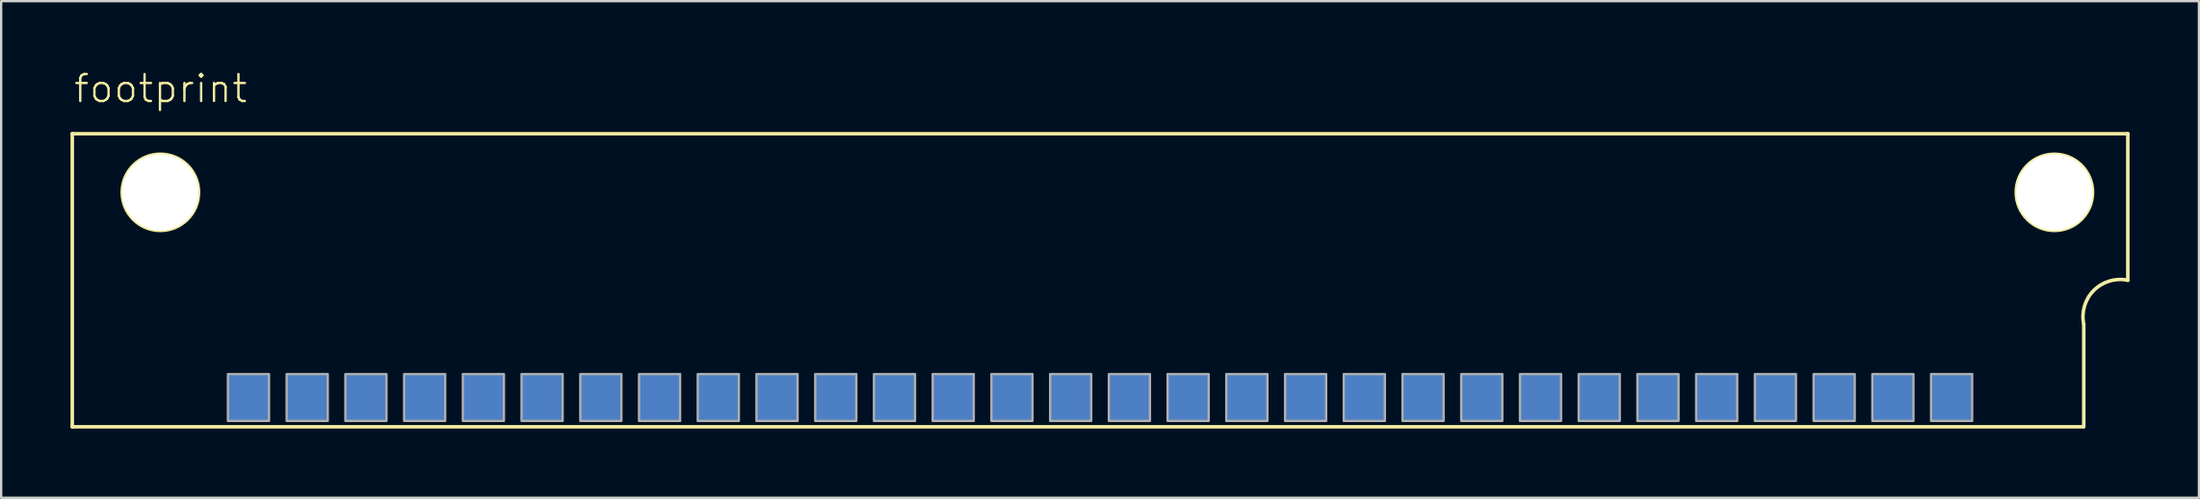
<source format=kicad_pcb>
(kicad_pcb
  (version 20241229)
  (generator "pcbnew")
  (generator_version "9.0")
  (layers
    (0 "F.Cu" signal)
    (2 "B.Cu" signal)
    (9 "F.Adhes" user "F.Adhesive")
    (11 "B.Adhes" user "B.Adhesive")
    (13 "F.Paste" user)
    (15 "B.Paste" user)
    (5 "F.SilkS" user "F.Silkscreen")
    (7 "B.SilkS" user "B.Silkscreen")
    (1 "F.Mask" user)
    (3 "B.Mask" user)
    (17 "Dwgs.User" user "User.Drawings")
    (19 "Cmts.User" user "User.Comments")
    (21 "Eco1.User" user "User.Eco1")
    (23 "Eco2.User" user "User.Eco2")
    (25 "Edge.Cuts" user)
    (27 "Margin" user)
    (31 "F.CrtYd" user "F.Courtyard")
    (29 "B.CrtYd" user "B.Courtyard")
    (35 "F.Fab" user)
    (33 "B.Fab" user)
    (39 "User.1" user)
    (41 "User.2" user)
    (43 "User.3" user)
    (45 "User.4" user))
  (footprint "footprint"
    (layer "F.Cu")
    (at 44.526 7.823)
    (property "Reference" "footprint" (at -44.45 -6.35 0) (layer "F.SilkS") (effects (font (size 1.168 1.168) (thickness 0.102)) (justify left bottom)))
    (fp_line (start -44.45 -5.08) (end -44.45 7.62) (stroke (width 0.152) (type solid)) (layer "F.SilkS"))
    (fp_line (start -44.45 -5.08) (end 44.45 -5.08) (stroke (width 0.152) (type solid)) (layer "F.SilkS"))
    (fp_line (start -44.45 7.62) (end 42.52 7.62) (stroke (width 0.152) (type solid)) (layer "F.SilkS"))
    (fp_line (start 42.545 7.62) (end 42.545 3.175) (stroke (width 0.152) (type solid)) (layer "F.SilkS"))
    (fp_line (start 44.45 -5.08) (end 44.45 1.27) (stroke (width 0.152) (type solid)) (layer "F.SilkS"))
    (fp_arc (start 42.545 3.175) (mid 42.982033 1.707033) (end 44.45 1.27) (stroke (width 0.1524) (type solid)) (layer "F.SilkS"))
    (fp_circle (center -40.64 -2.54) (end -38.989 -2.54) (stroke (width 0.152) (type solid)) (fill no) (layer "F.SilkS"))
    (fp_circle (center 41.275 -2.54) (end 42.926 -2.54) (stroke (width 0.152) (type solid)) (fill no) (layer "F.SilkS"))
    (fp_poly (pts (xy -37.719 7.366) (xy -35.941 7.366) (xy -35.941 5.334) (xy -37.719 5.334)) (stroke (width 0.1) (type solid)) (fill no) (layer "F.Fab"))
    (fp_poly (pts (xy -35.179 7.366) (xy -33.401 7.366) (xy -33.401 5.334) (xy -35.179 5.334)) (stroke (width 0.1) (type solid)) (fill no) (layer "F.Fab"))
    (fp_poly (pts (xy -32.639 7.366) (xy -30.861 7.366) (xy -30.861 5.334) (xy -32.639 5.334)) (stroke (width 0.1) (type solid)) (fill no) (layer "F.Fab"))
    (fp_poly (pts (xy -30.099 7.366) (xy -28.321 7.366) (xy -28.321 5.334) (xy -30.099 5.334)) (stroke (width 0.1) (type solid)) (fill no) (layer "F.Fab"))
    (fp_poly (pts (xy -27.559 7.366) (xy -25.781 7.366) (xy -25.781 5.334) (xy -27.559 5.334)) (stroke (width 0.1) (type solid)) (fill no) (layer "F.Fab"))
    (fp_poly (pts (xy -25.019 7.366) (xy -23.241 7.366) (xy -23.241 5.334) (xy -25.019 5.334)) (stroke (width 0.1) (type solid)) (fill no) (layer "F.Fab"))
    (fp_poly (pts (xy -22.479 7.366) (xy -20.701 7.366) (xy -20.701 5.334) (xy -22.479 5.334)) (stroke (width 0.1) (type solid)) (fill no) (layer "F.Fab"))
    (fp_poly (pts (xy -19.939 7.366) (xy -18.161 7.366) (xy -18.161 5.334) (xy -19.939 5.334)) (stroke (width 0.1) (type solid)) (fill no) (layer "F.Fab"))
    (fp_poly (pts (xy -17.399 7.366) (xy -15.621 7.366) (xy -15.621 5.334) (xy -17.399 5.334)) (stroke (width 0.1) (type solid)) (fill no) (layer "F.Fab"))
    (fp_poly (pts (xy -14.859 7.366) (xy -13.081 7.366) (xy -13.081 5.334) (xy -14.859 5.334)) (stroke (width 0.1) (type solid)) (fill no) (layer "F.Fab"))
    (fp_poly (pts (xy -12.319 7.366) (xy -10.541 7.366) (xy -10.541 5.334) (xy -12.319 5.334)) (stroke (width 0.1) (type solid)) (fill no) (layer "F.Fab"))
    (fp_poly (pts (xy -9.779 7.366) (xy -8.001 7.366) (xy -8.001 5.334) (xy -9.779 5.334)) (stroke (width 0.1) (type solid)) (fill no) (layer "F.Fab"))
    (fp_poly (pts (xy -7.239 7.366) (xy -5.461 7.366) (xy -5.461 5.334) (xy -7.239 5.334)) (stroke (width 0.1) (type solid)) (fill no) (layer "F.Fab"))
    (fp_poly (pts (xy -4.699 7.366) (xy -2.921 7.366) (xy -2.921 5.334) (xy -4.699 5.334)) (stroke (width 0.1) (type solid)) (fill no) (layer "F.Fab"))
    (fp_poly (pts (xy -2.159 7.366) (xy -0.381 7.366) (xy -0.381 5.334) (xy -2.159 5.334)) (stroke (width 0.1) (type solid)) (fill no) (layer "F.Fab"))
    (fp_poly (pts (xy 0.381 7.366) (xy 2.159 7.366) (xy 2.159 5.334) (xy 0.381 5.334)) (stroke (width 0.1) (type solid)) (fill no) (layer "F.Fab"))
    (fp_poly (pts (xy 2.921 7.366) (xy 4.699 7.366) (xy 4.699 5.334) (xy 2.921 5.334)) (stroke (width 0.1) (type solid)) (fill no) (layer "F.Fab"))
    (fp_poly (pts (xy 5.461 7.366) (xy 7.239 7.366) (xy 7.239 5.334) (xy 5.461 5.334)) (stroke (width 0.1) (type solid)) (fill no) (layer "F.Fab"))
    (fp_poly (pts (xy 8.001 7.366) (xy 9.779 7.366) (xy 9.779 5.334) (xy 8.001 5.334)) (stroke (width 0.1) (type solid)) (fill no) (layer "F.Fab"))
    (fp_poly (pts (xy 10.541 7.366) (xy 12.319 7.366) (xy 12.319 5.334) (xy 10.541 5.334)) (stroke (width 0.1) (type solid)) (fill no) (layer "F.Fab"))
    (fp_poly (pts (xy 13.081 7.366) (xy 14.859 7.366) (xy 14.859 5.334) (xy 13.081 5.334)) (stroke (width 0.1) (type solid)) (fill no) (layer "F.Fab"))
    (fp_poly (pts (xy 15.621 7.366) (xy 17.399 7.366) (xy 17.399 5.334) (xy 15.621 5.334)) (stroke (width 0.1) (type solid)) (fill no) (layer "F.Fab"))
    (fp_poly (pts (xy 18.161 7.366) (xy 19.939 7.366) (xy 19.939 5.334) (xy 18.161 5.334)) (stroke (width 0.1) (type solid)) (fill no) (layer "F.Fab"))
    (fp_poly (pts (xy 20.701 7.366) (xy 22.479 7.366) (xy 22.479 5.334) (xy 20.701 5.334)) (stroke (width 0.1) (type solid)) (fill no) (layer "F.Fab"))
    (fp_poly (pts (xy 23.241 7.366) (xy 25.019 7.366) (xy 25.019 5.334) (xy 23.241 5.334)) (stroke (width 0.1) (type solid)) (fill no) (layer "F.Fab"))
    (fp_poly (pts (xy 25.781 7.366) (xy 27.559 7.366) (xy 27.559 5.334) (xy 25.781 5.334)) (stroke (width 0.1) (type solid)) (fill no) (layer "F.Fab"))
    (fp_poly (pts (xy 28.321 7.366) (xy 30.099 7.366) (xy 30.099 5.334) (xy 28.321 5.334)) (stroke (width 0.1) (type solid)) (fill no) (layer "F.Fab"))
    (fp_poly (pts (xy 30.861 7.366) (xy 32.639 7.366) (xy 32.639 5.334) (xy 30.861 5.334)) (stroke (width 0.1) (type solid)) (fill no) (layer "F.Fab"))
    (fp_poly (pts (xy 33.401 7.366) (xy 35.179 7.366) (xy 35.179 5.334) (xy 33.401 5.334)) (stroke (width 0.1) (type solid)) (fill no) (layer "F.Fab"))
    (fp_poly (pts (xy 35.941 7.366) (xy 37.719 7.366) (xy 37.719 5.334) (xy 35.941 5.334)) (stroke (width 0.1) (type solid)) (fill no) (layer "F.Fab"))
    (pad "" np_thru_hole circle (at -40.64 -2.54) (size 3.302 3.302) (drill 3.302) (layers "*.Cu" "*.Mask"))
    (pad "" np_thru_hole circle (at 41.275 -2.54) (size 3.302 3.302) (drill 3.302) (layers "*.Cu" "*.Mask"))
    (pad "1B" smd rect (at 36.83 6.35) (size 1.778 2.032) (layers "B.Cu" "B.Mask" "B.Paste"))
    (pad "1T" smd rect (at 36.83 6.35) (size 1.778 2.032) (layers "F.Cu" "F.Mask" "F.Paste"))
    (pad "2B" smd rect (at 34.29 6.35) (size 1.778 2.032) (layers "B.Cu" "B.Mask" "B.Paste"))
    (pad "2T" smd rect (at 34.29 6.35) (size 1.778 2.032) (layers "F.Cu" "F.Mask" "F.Paste"))
    (pad "3B" smd rect (at 31.75 6.35) (size 1.778 2.032) (layers "B.Cu" "B.Mask" "B.Paste"))
    (pad "3T" smd rect (at 31.75 6.35) (size 1.778 2.032) (layers "F.Cu" "F.Mask" "F.Paste"))
    (pad "4B" smd rect (at 29.21 6.35) (size 1.778 2.032) (layers "B.Cu" "B.Mask" "B.Paste"))
    (pad "4T" smd rect (at 29.21 6.35) (size 1.778 2.032) (layers "F.Cu" "F.Mask" "F.Paste"))
    (pad "5B" smd rect (at 26.67 6.35) (size 1.778 2.032) (layers "B.Cu" "B.Mask" "B.Paste"))
    (pad "5T" smd rect (at 26.67 6.35) (size 1.778 2.032) (layers "F.Cu" "F.Mask" "F.Paste"))
    (pad "6B" smd rect (at 24.13 6.35) (size 1.778 2.032) (layers "B.Cu" "B.Mask" "B.Paste"))
    (pad "6T" smd rect (at 24.13 6.35) (size 1.778 2.032) (layers "F.Cu" "F.Mask" "F.Paste"))
    (pad "7B" smd rect (at 21.59 6.35) (size 1.778 2.032) (layers "B.Cu" "B.Mask" "B.Paste"))
    (pad "7T" smd rect (at 21.59 6.35) (size 1.778 2.032) (layers "F.Cu" "F.Mask" "F.Paste"))
    (pad "8B" smd rect (at 19.05 6.35) (size 1.778 2.032) (layers "B.Cu" "B.Mask" "B.Paste"))
    (pad "8T" smd rect (at 19.05 6.35) (size 1.778 2.032) (layers "F.Cu" "F.Mask" "F.Paste"))
    (pad "9B" smd rect (at 16.51 6.35) (size 1.778 2.032) (layers "B.Cu" "B.Mask" "B.Paste"))
    (pad "9T" smd rect (at 16.51 6.35) (size 1.778 2.032) (layers "F.Cu" "F.Mask" "F.Paste"))
    (pad "10B" smd rect (at 13.97 6.35) (size 1.778 2.032) (layers "B.Cu" "B.Mask" "B.Paste"))
    (pad "10T" smd rect (at 13.97 6.35) (size 1.778 2.032) (layers "F.Cu" "F.Mask" "F.Paste"))
    (pad "11B" smd rect (at 11.43 6.35) (size 1.778 2.032) (layers "B.Cu" "B.Mask" "B.Paste"))
    (pad "11T" smd rect (at 11.43 6.35) (size 1.778 2.032) (layers "F.Cu" "F.Mask" "F.Paste"))
    (pad "12B" smd rect (at 8.89 6.35) (size 1.778 2.032) (layers "B.Cu" "B.Mask" "B.Paste"))
    (pad "12T" smd rect (at 8.89 6.35) (size 1.778 2.032) (layers "F.Cu" "F.Mask" "F.Paste"))
    (pad "13B" smd rect (at 6.35 6.35) (size 1.778 2.032) (layers "B.Cu" "B.Mask" "B.Paste"))
    (pad "13T" smd rect (at 6.35 6.35) (size 1.778 2.032) (layers "F.Cu" "F.Mask" "F.Paste"))
    (pad "14B" smd rect (at 3.81 6.35) (size 1.778 2.032) (layers "B.Cu" "B.Mask" "B.Paste"))
    (pad "14T" smd rect (at 3.81 6.35) (size 1.778 2.032) (layers "F.Cu" "F.Mask" "F.Paste"))
    (pad "15B" smd rect (at 1.27 6.35) (size 1.778 2.032) (layers "B.Cu" "B.Mask" "B.Paste"))
    (pad "15T" smd rect (at 1.27 6.35) (size 1.778 2.032) (layers "F.Cu" "F.Mask" "F.Paste"))
    (pad "16B" smd rect (at -1.27 6.35) (size 1.778 2.032) (layers "B.Cu" "B.Mask" "B.Paste"))
    (pad "16T" smd rect (at -1.27 6.35) (size 1.778 2.032) (layers "F.Cu" "F.Mask" "F.Paste"))
    (pad "17B" smd rect (at -3.81 6.35) (size 1.778 2.032) (layers "B.Cu" "B.Mask" "B.Paste"))
    (pad "17T" smd rect (at -3.81 6.35) (size 1.778 2.032) (layers "F.Cu" "F.Mask" "F.Paste"))
    (pad "18B" smd rect (at -6.35 6.35) (size 1.778 2.032) (layers "B.Cu" "B.Mask" "B.Paste"))
    (pad "18T" smd rect (at -6.35 6.35) (size 1.778 2.032) (layers "F.Cu" "F.Mask" "F.Paste"))
    (pad "19B" smd rect (at -8.89 6.35) (size 1.778 2.032) (layers "B.Cu" "B.Mask" "B.Paste"))
    (pad "19T" smd rect (at -8.89 6.35) (size 1.778 2.032) (layers "F.Cu" "F.Mask" "F.Paste"))
    (pad "20B" smd rect (at -11.43 6.35) (size 1.778 2.032) (layers "B.Cu" "B.Mask" "B.Paste"))
    (pad "20T" smd rect (at -11.43 6.35) (size 1.778 2.032) (layers "F.Cu" "F.Mask" "F.Paste"))
    (pad "21B" smd rect (at -13.97 6.35) (size 1.778 2.032) (layers "B.Cu" "B.Mask" "B.Paste"))
    (pad "21T" smd rect (at -13.97 6.35) (size 1.778 2.032) (layers "F.Cu" "F.Mask" "F.Paste"))
    (pad "22B" smd rect (at -16.51 6.35) (size 1.778 2.032) (layers "B.Cu" "B.Mask" "B.Paste"))
    (pad "22T" smd rect (at -16.51 6.35) (size 1.778 2.032) (layers "F.Cu" "F.Mask" "F.Paste"))
    (pad "23B" smd rect (at -19.05 6.35) (size 1.778 2.032) (layers "B.Cu" "B.Mask" "B.Paste"))
    (pad "23T" smd rect (at -19.05 6.35) (size 1.778 2.032) (layers "F.Cu" "F.Mask" "F.Paste"))
    (pad "24B" smd rect (at -21.59 6.35) (size 1.778 2.032) (layers "B.Cu" "B.Mask" "B.Paste"))
    (pad "24T" smd rect (at -21.59 6.35) (size 1.778 2.032) (layers "F.Cu" "F.Mask" "F.Paste"))
    (pad "25B" smd rect (at -24.13 6.35) (size 1.778 2.032) (layers "B.Cu" "B.Mask" "B.Paste"))
    (pad "25T" smd rect (at -24.13 6.35) (size 1.778 2.032) (layers "F.Cu" "F.Mask" "F.Paste"))
    (pad "26B" smd rect (at -26.67 6.35) (size 1.778 2.032) (layers "B.Cu" "B.Mask" "B.Paste"))
    (pad "26T" smd rect (at -26.67 6.35) (size 1.778 2.032) (layers "F.Cu" "F.Mask" "F.Paste"))
    (pad "27B" smd rect (at -29.21 6.35) (size 1.778 2.032) (layers "B.Cu" "B.Mask" "B.Paste"))
    (pad "27T" smd rect (at -29.21 6.35) (size 1.778 2.032) (layers "F.Cu" "F.Mask" "F.Paste"))
    (pad "28B" smd rect (at -31.75 6.35) (size 1.778 2.032) (layers "B.Cu" "B.Mask" "B.Paste"))
    (pad "28T" smd rect (at -31.75 6.35) (size 1.778 2.032) (layers "F.Cu" "F.Mask" "F.Paste"))
    (pad "29B" smd rect (at -34.29 6.35) (size 1.778 2.032) (layers "B.Cu" "B.Mask" "B.Paste"))
    (pad "29T" smd rect (at -34.29 6.35) (size 1.778 2.032) (layers "F.Cu" "F.Mask" "F.Paste"))
    (pad "30B" smd rect (at -36.83 6.35) (size 1.778 2.032) (layers "B.Cu" "B.Mask" "B.Paste"))
    (pad "30T" smd rect (at -36.83 6.35) (size 1.778 2.032) (layers "F.Cu" "F.Mask" "F.Paste")))
  (gr_rect
    (start -3 -3)
    (end 92.052 18.519)
    (stroke (width 0.1) (type default))
    (fill no)
    (layer "Edge.Cuts")))
</source>
